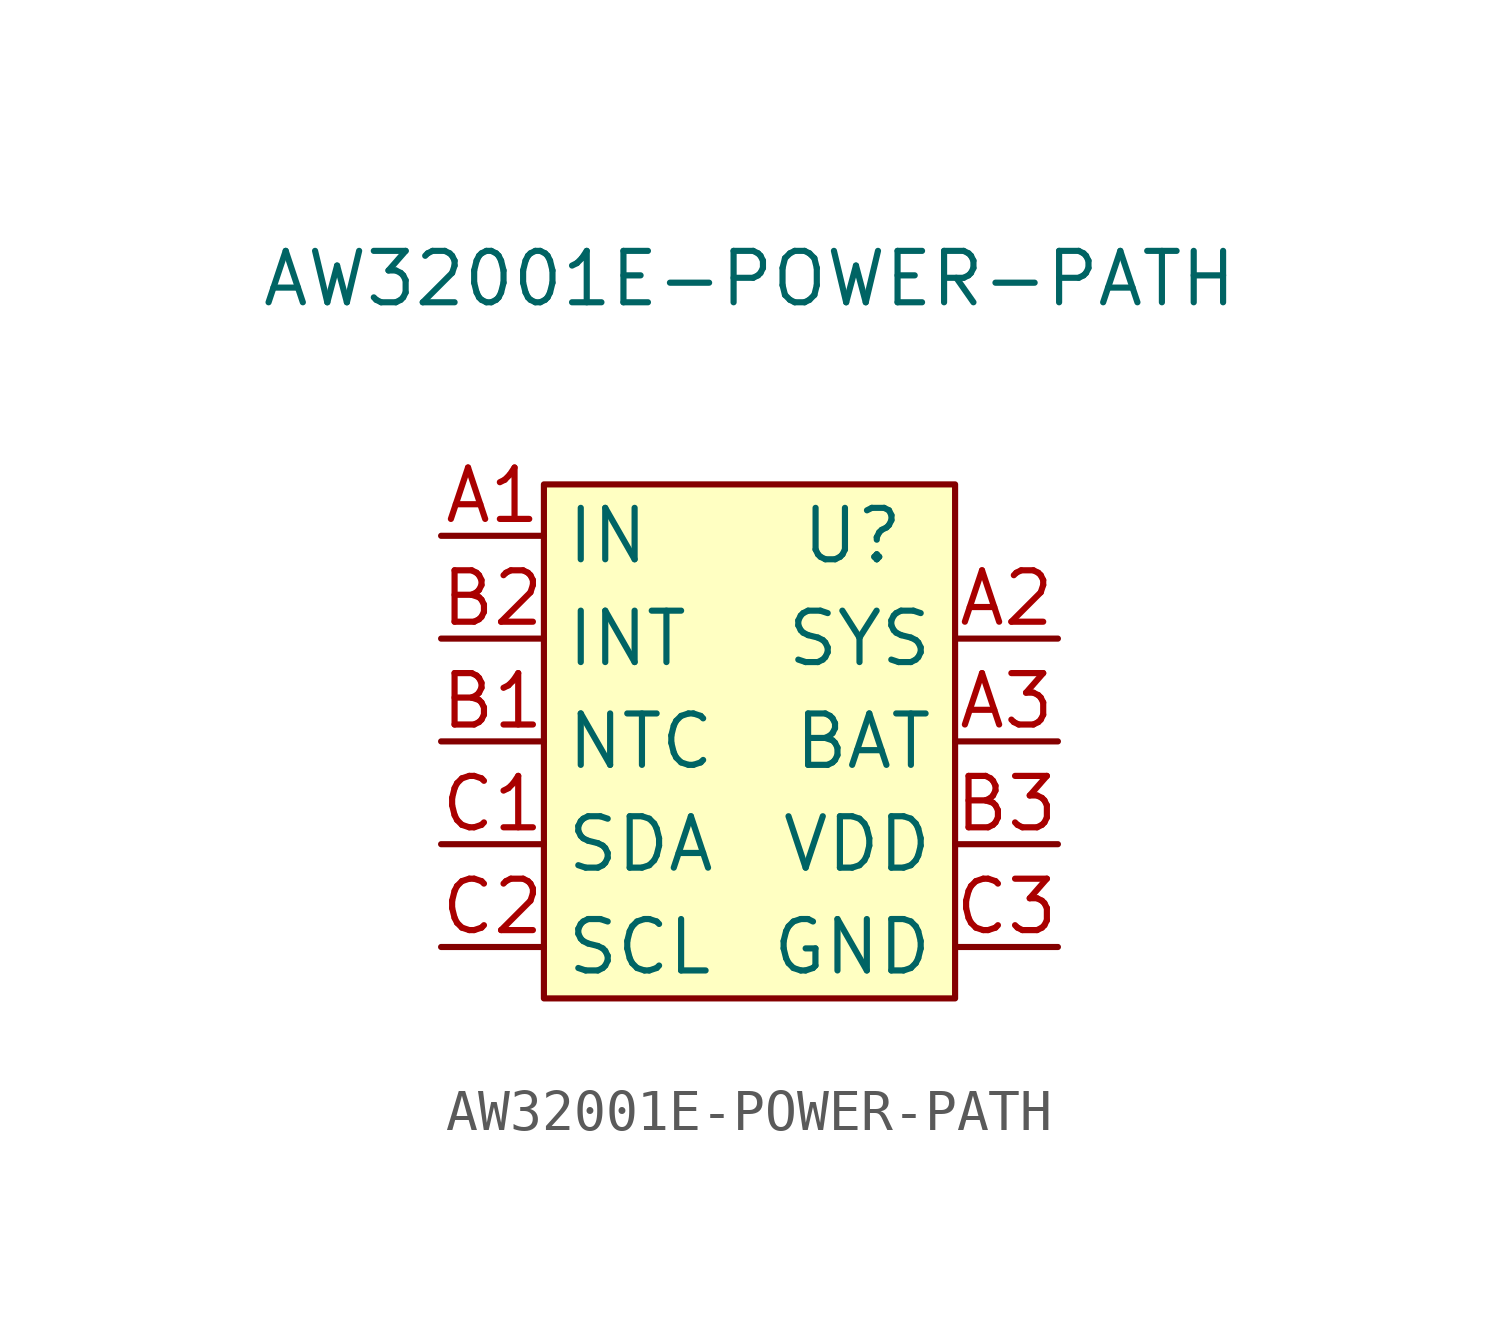
<source format=kicad_sym>
(kicad_symbol_lib
  (version 20211014)
  (generator kicad_symbol_editor)
  (symbol "AW32001E-POWER-PATH"
    (property "Reference" "U"
      (at 2.54 5.08 0)
      (effects (font (size 1.27 1.27))))
    (property "Value" "AW32001E-POWER-PATH"
      (at 0 11.43 0)
      (effects (font (size 1.27 1.27))))
    (symbol "AW32001E-POWER-PATH_0_1"
      (rectangle (start -5.08 6.35) (end 5.08 -6.35) (stroke (width 0.152) (type default) (color 0 0 0 0)) (fill (type background))))
    (symbol "AW32001E-POWER-PATH_1_1"
      (pin bidirectional line (at -7.62 5.08 0) (length 2.54) (name "IN" (effects (font (size 1.27 1.27)))) (number "A1" (effects (font (size 1.27 1.27)))))
      (pin bidirectional line (at 7.62 2.54 180) (length 2.54) (name "SYS" (effects (font (size 1.27 1.27)))) (number "A2" (effects (font (size 1.27 1.27)))))
      (pin bidirectional line (at 7.62 0 180) (length 2.54) (name "BAT" (effects (font (size 1.27 1.27)))) (number "A3" (effects (font (size 1.27 1.27)))))
      (pin bidirectional line (at -7.62 0 0) (length 2.54) (name "NTC" (effects (font (size 1.27 1.27)))) (number "B1" (effects (font (size 1.27 1.27)))))
      (pin bidirectional line (at -7.62 2.54 0) (length 2.54) (name "INT" (effects (font (size 1.27 1.27)))) (number "B2" (effects (font (size 1.27 1.27)))))
      (pin bidirectional line (at 7.62 -2.54 180) (length 2.54) (name "VDD" (effects (font (size 1.27 1.27)))) (number "B3" (effects (font (size 1.27 1.27)))))
      (pin bidirectional line (at -7.62 -2.54 0) (length 2.54) (name "SDA" (effects (font (size 1.27 1.27)))) (number "C1" (effects (font (size 1.27 1.27)))))
      (pin bidirectional line (at -7.62 -5.08 0) (length 2.54) (name "SCL" (effects (font (size 1.27 1.27)))) (number "C2" (effects (font (size 1.27 1.27)))))
      (pin bidirectional line (at 7.62 -5.08 180) (length 2.54) (name "GND" (effects (font (size 1.27 1.27)))) (number "C3" (effects (font (size 1.27 1.27))))))))
</source>
